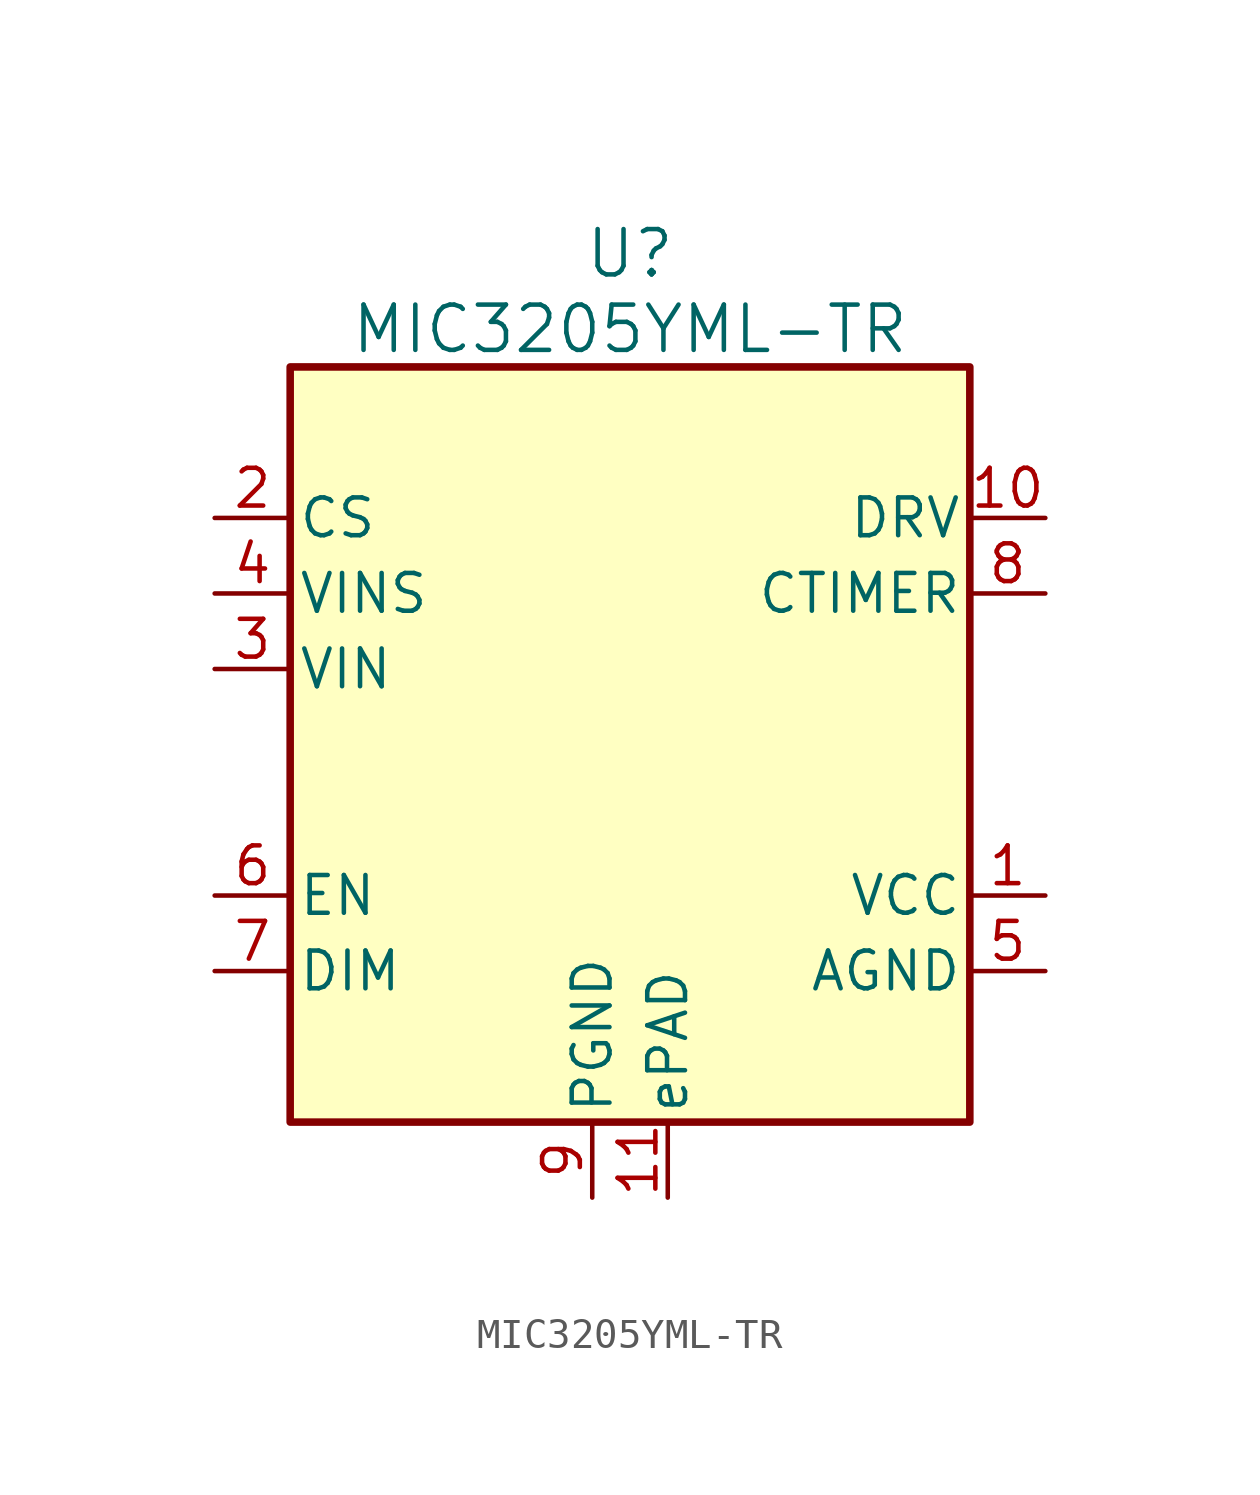
<source format=kicad_sym>
(kicad_symbol_lib
  (version 20220914)
  (generator kicad_symbol_editor)
  (symbol "MIC3205YML-TR"
    (pin_names
      (offset 0.254))
    (property "Reference" "U"
      (at 0 16.51 0)
      (effects (font (size 1.524 1.524))))
    (property "Value" "MIC3205YML-TR"
      (at 0 13.97 0)
      (effects (font (size 1.524 1.524))))
    (symbol "MIC3205YML-TR_1_1"
      (rectangle (start -11.43 12.7) (end 11.43 -12.7) (stroke (width 0.254) (type default)) (fill (type background)))
      (pin power_in line (at 13.97 -5.08 180) (length 2.54) (name "VCC" (effects (font (size 1.27 1.27)))) (number "1" (effects (font (size 1.27 1.27)))))
      (pin output line (at 13.97 7.62 180) (length 2.54) (name "DRV" (effects (font (size 1.27 1.27)))) (number "10" (effects (font (size 1.27 1.27)))))
      (pin unspecified line (at 1.27 -15.24 90) (length 2.54) (name "ePAD" (effects (font (size 1.27 1.27)))) (number "11" (effects (font (size 1.27 1.27)))))
      (pin input line (at -13.97 7.62 0) (length 2.54) (name "CS" (effects (font (size 1.27 1.27)))) (number "2" (effects (font (size 1.27 1.27)))))
      (pin input line (at -13.97 2.54 0) (length 2.54) (name "VIN" (effects (font (size 1.27 1.27)))) (number "3" (effects (font (size 1.27 1.27)))))
      (pin input line (at -13.97 5.08 0) (length 2.54) (name "VINS" (effects (font (size 1.27 1.27)))) (number "4" (effects (font (size 1.27 1.27)))))
      (pin power_in line (at 13.97 -7.62 180) (length 2.54) (name "AGND" (effects (font (size 1.27 1.27)))) (number "5" (effects (font (size 1.27 1.27)))))
      (pin input line (at -13.97 -5.08 0) (length 2.54) (name "EN" (effects (font (size 1.27 1.27)))) (number "6" (effects (font (size 1.27 1.27)))))
      (pin input line (at -13.97 -7.62 0) (length 2.54) (name "DIM" (effects (font (size 1.27 1.27)))) (number "7" (effects (font (size 1.27 1.27)))))
      (pin unspecified line (at 13.97 5.08 180) (length 2.54) (name "CTIMER" (effects (font (size 1.27 1.27)))) (number "8" (effects (font (size 1.27 1.27)))))
      (pin power_in line (at -1.27 -15.24 90) (length 2.54) (name "PGND" (effects (font (size 1.27 1.27)))) (number "9" (effects (font (size 1.27 1.27))))))))
</source>
